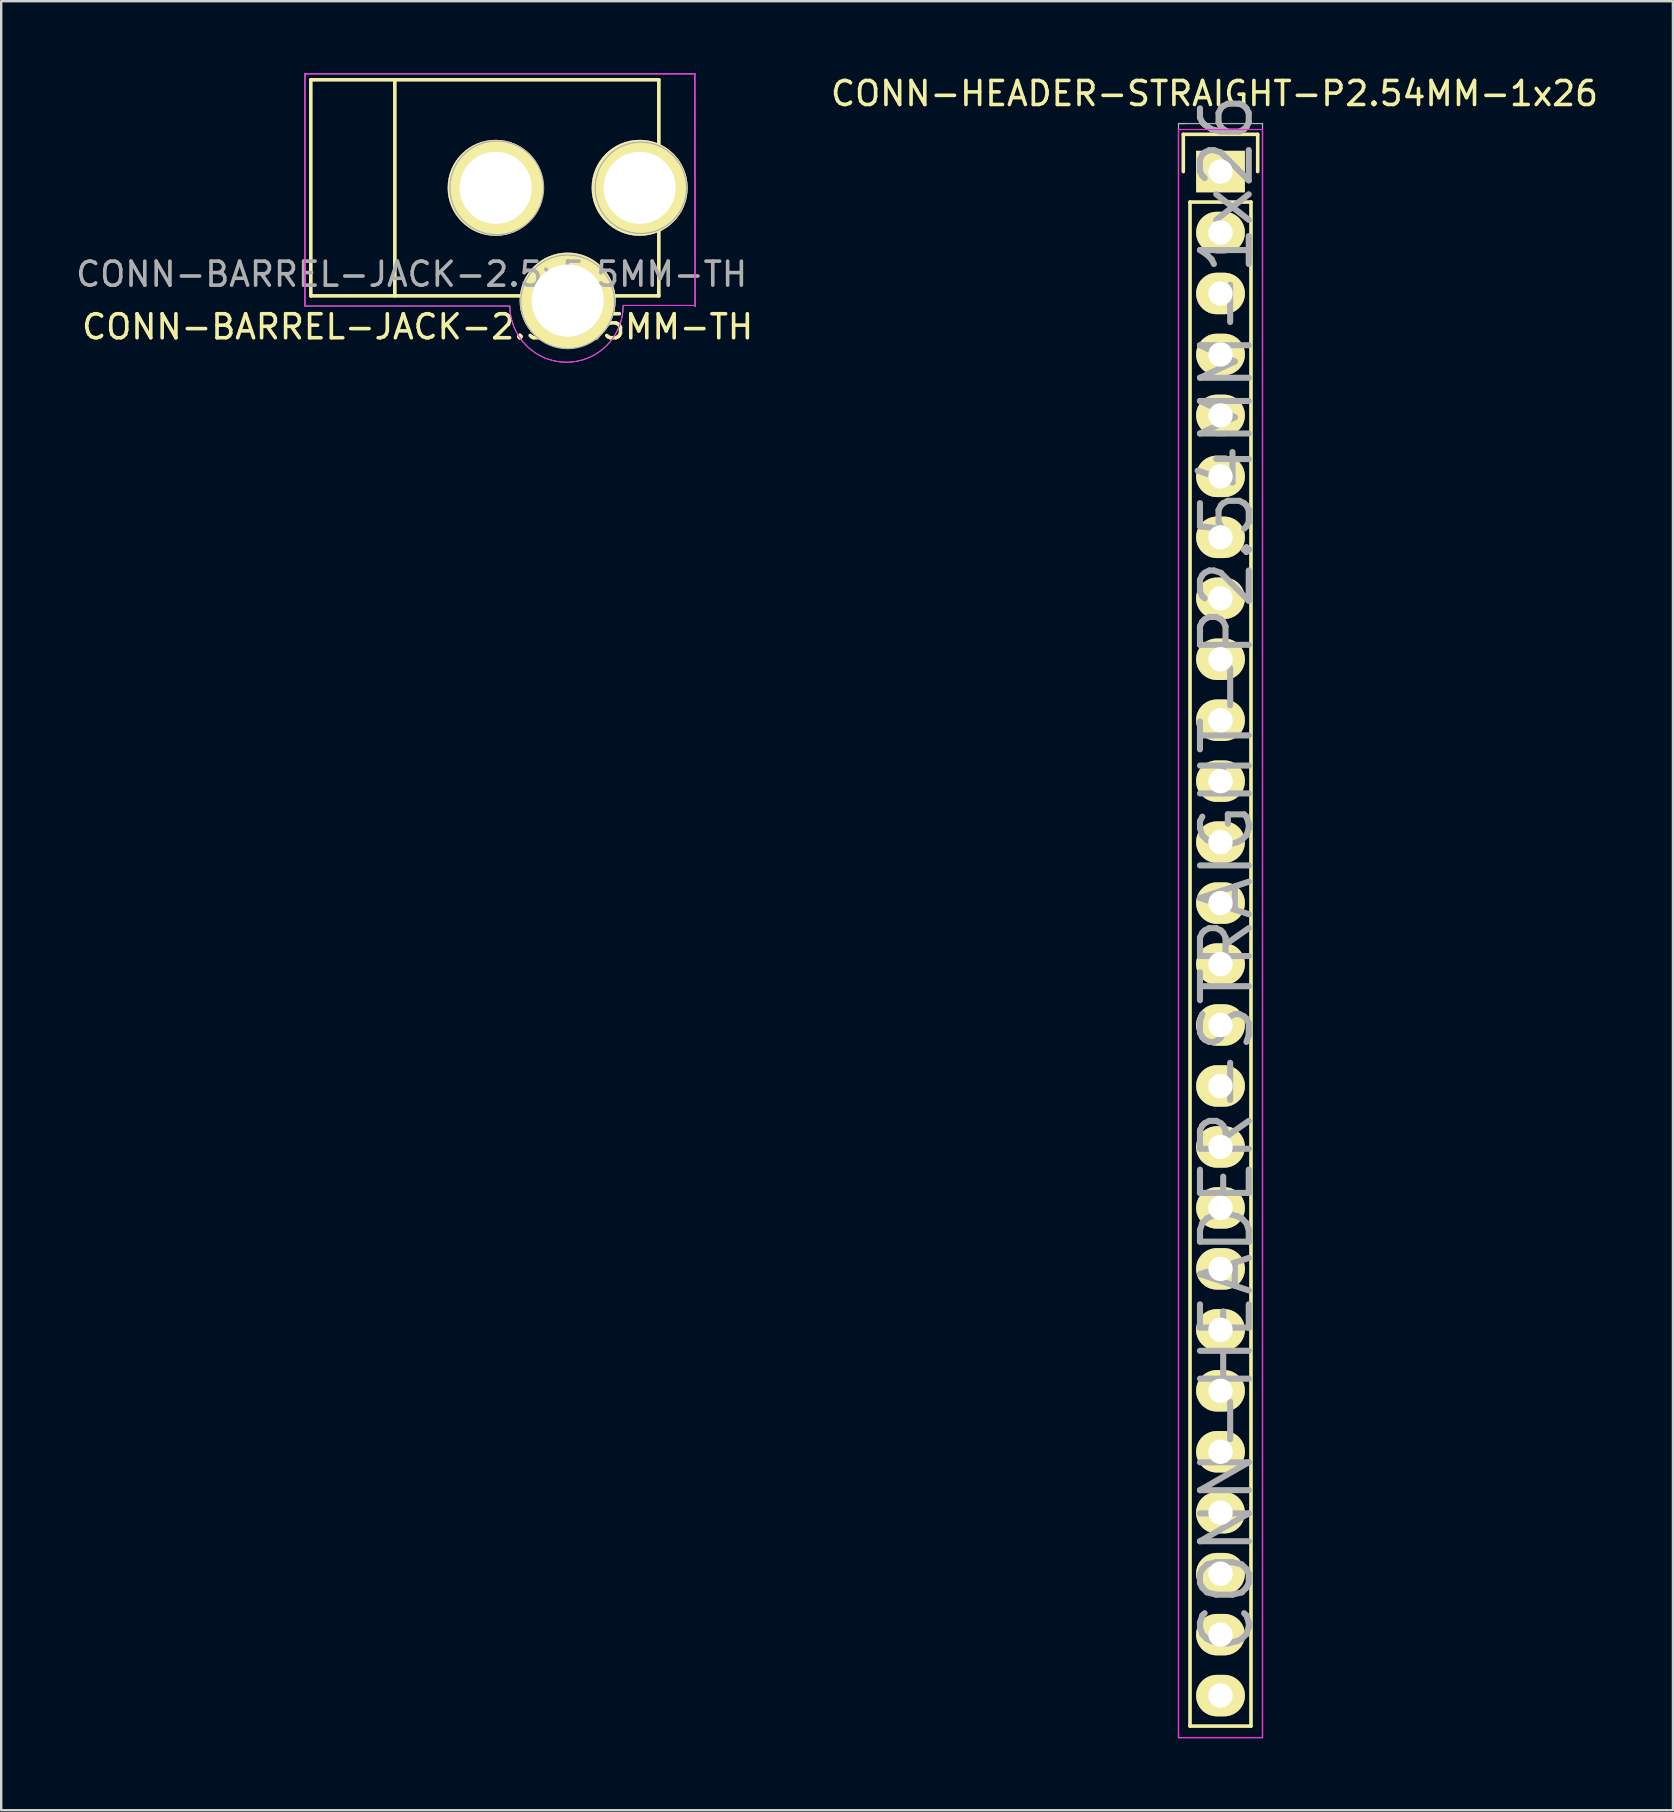
<source format=kicad_pcb>
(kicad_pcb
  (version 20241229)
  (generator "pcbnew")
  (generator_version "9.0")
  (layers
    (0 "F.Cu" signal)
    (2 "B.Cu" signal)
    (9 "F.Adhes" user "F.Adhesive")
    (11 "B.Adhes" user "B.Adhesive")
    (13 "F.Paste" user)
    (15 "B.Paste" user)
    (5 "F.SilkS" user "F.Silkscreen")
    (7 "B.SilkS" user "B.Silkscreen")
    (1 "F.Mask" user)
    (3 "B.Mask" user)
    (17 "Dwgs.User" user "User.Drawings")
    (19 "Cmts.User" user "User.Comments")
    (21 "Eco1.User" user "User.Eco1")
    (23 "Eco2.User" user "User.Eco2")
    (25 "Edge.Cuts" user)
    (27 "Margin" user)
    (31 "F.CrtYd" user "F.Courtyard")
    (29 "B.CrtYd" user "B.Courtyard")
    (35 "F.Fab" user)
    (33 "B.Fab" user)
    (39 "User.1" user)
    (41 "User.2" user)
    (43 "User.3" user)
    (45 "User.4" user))
  (footprint "CONN-BARREL-JACK-2.5x5.5MM-TH"
    (layer "F.Cu")
    (at 23.601 4.876)
    (property "Reference" "CONN-BARREL-JACK-2.5x5.5MM-TH" (at -9.5 3.5 0) (layer "F.Fab") (effects (font (size 1 1) (thickness 0.15))))
    (attr through_hole)
    (fp_line (start -13.701 -4.601) (end -13.701 4.401) (stroke (width 0.15) (type solid)) (layer "F.SilkS"))
    (fp_line (start -13.701 4.401) (end 0.8 4.401) (stroke (width 0.15) (type solid)) (layer "F.SilkS"))
    (fp_line (start -10.2 -4.601) (end -10.2 4.401) (stroke (width 0.15) (type solid)) (layer "F.SilkS"))
    (fp_line (start 0.8 -4.601) (end -13.701 -4.601) (stroke (width 0.15) (type solid)) (layer "F.SilkS"))
    (fp_line (start 0.8 4.401) (end 0.8 -4.601) (stroke (width 0.15) (type solid)) (layer "F.SilkS"))
    (fp_line (start -13.945 -4.851) (end -13.945 4.826) (stroke (width 0.05) (type solid)) (layer "F.CrtYd"))
    (fp_line (start -5.41 4.826) (end -13.945 4.826) (stroke (width 0.041) (type solid)) (layer "F.CrtYd"))
    (fp_line (start 2.3 -4.85) (end -13.945 -4.851) (stroke (width 0.05) (type solid)) (layer "F.CrtYd"))
    (fp_line (start 2.311 4.801) (end -0.686 4.801) (stroke (width 0.041) (type solid)) (layer "F.CrtYd"))
    (fp_line (start 2.311 4.801) (end 2.3 -4.85) (stroke (width 0.05) (type solid)) (layer "F.CrtYd"))
    (fp_arc (start -0.6858 4.8006) (mid -3.035301 7.162766) (end -5.410063 4.825998) (stroke (width 0.04064) (type solid)) (layer "F.CrtYd"))
    (fp_line (start -13.945 -4.851) (end -13.945 4.826) (stroke (width 0.05) (type solid)) (layer "F.Fab"))
    (fp_line (start -13.945 4.826) (end -5.41 4.826) (stroke (width 0.041) (type solid)) (layer "F.Fab"))
    (fp_line (start -0.686 4.801) (end 2.311 4.801) (stroke (width 0.041) (type solid)) (layer "F.Fab"))
    (fp_line (start 2.3 -4.851) (end -13.945 -4.851) (stroke (width 0.05) (type solid)) (layer "F.Fab"))
    (fp_line (start 2.311 4.849) (end 2.3 -4.851) (stroke (width 0.05) (type solid)) (layer "F.Fab"))
    (fp_arc (start -0.6858 4.8006) (mid -3.035301 7.162766) (end -5.410063 4.825998) (stroke (width 0.04064) (type solid)) (layer "F.Fab"))
    (fp_circle (center -5.953 -0.1) (end -4.703 1.4) (stroke (width 0.05) (type solid)) (fill no) (layer "F.Fab"))
    (fp_circle (center -3 4.65) (end -1.5 5.9) (stroke (width 0.05) (type solid)) (fill no) (layer "F.Fab"))
    (fp_circle (center 0.05 -0.1) (end 0.8 1.65) (stroke (width 0.05) (type solid)) (fill no) (layer "F.Fab"))
    (fp_text user "${REFERENCE}" (at -9.251 5.691 0) (layer "F.SilkS") (effects (font (size 1 1) (thickness 0.15))))
    (pad "1" thru_hole circle (at 0.00014 -0.1) (size 4 4) (drill 3) (layers "*.Cu" "*.Mask" "F.SilkS"))
    (pad "2" thru_hole circle (at -5.999 -0.1) (size 4 4) (drill 3) (layers "*.Cu" "*.Mask" "F.SilkS"))
    (pad "3" thru_hole circle (at -3 4.599) (size 4 4) (drill 3) (layers "*.Cu" "*.Mask" "F.SilkS")))
  (footprint "CONN-HEADER-STRAIGHT-P2.54MM-1x26"
    (layer "F.Cu")
    (at 47.803 4.098)
    (property "Reference" "CONN-HEADER-STRAIGHT-P2.54MM-1x26" (at 0.25 29.25 90) (layer "F.Fab") (effects (font (size 2.032 2.032) (thickness 0.254))))
    (attr through_hole)
    (fp_line (start -1.55 -1.55) (end 1.55 -1.55) (stroke (width 0.15) (type solid)) (layer "F.SilkS"))
    (fp_line (start -1.55 0) (end -1.55 -1.55) (stroke (width 0.15) (type solid)) (layer "F.SilkS"))
    (fp_line (start -1.27 1.27) (end -1.27 64.77) (stroke (width 0.15) (type solid)) (layer "F.SilkS"))
    (fp_line (start -1.27 64.77) (end 1.27 64.77) (stroke (width 0.15) (type solid)) (layer "F.SilkS"))
    (fp_line (start 1.27 1.27) (end -1.27 1.27) (stroke (width 0.15) (type solid)) (layer "F.SilkS"))
    (fp_line (start 1.27 64.77) (end 1.27 1.27) (stroke (width 0.15) (type solid)) (layer "F.SilkS"))
    (fp_line (start 1.55 -1.55) (end 1.55 0) (stroke (width 0.15) (type solid)) (layer "F.SilkS"))
    (fp_line (start -1.75 -1.75) (end -1.75 65.25) (stroke (width 0.05) (type solid)) (layer "F.CrtYd"))
    (fp_line (start -1.75 -1.75) (end 1.75 -1.75) (stroke (width 0.05) (type solid)) (layer "F.CrtYd"))
    (fp_line (start -1.75 65.25) (end 1.75 65.25) (stroke (width 0.05) (type solid)) (layer "F.CrtYd"))
    (fp_line (start 1.75 -1.75) (end 1.75 65.25) (stroke (width 0.05) (type solid)) (layer "F.CrtYd"))
    (fp_line (start -1.75 -2) (end -1.5 -2) (stroke (width 0.051) (type solid)) (layer "F.Fab"))
    (fp_line (start -1.75 -2) (end 1.75 -2) (stroke (width 0.051) (type solid)) (layer "F.Fab"))
    (fp_line (start -1.75 65.25) (end -1.75 -2) (stroke (width 0.051) (type solid)) (layer "F.Fab"))
    (fp_line (start 1.75 -2) (end 1.75 65.25) (stroke (width 0.051) (type solid)) (layer "F.Fab"))
    (fp_line (start 1.75 65.25) (end -1.75 65.25) (stroke (width 0.051) (type solid)) (layer "F.Fab"))
    (fp_text user "${REFERENCE}" (at -0.25 -3.25 0) (layer "F.SilkS") (effects (font (size 1 1) (thickness 0.15))))
    (pad "1" thru_hole rect (at 0 0) (size 2.032 1.727) (drill 1.016) (layers "*.Cu" "*.Mask" "F.SilkS"))
    (pad "2" thru_hole oval (at 0 2.54) (size 2.032 1.727) (drill 1.016) (layers "*.Cu" "*.Mask" "F.SilkS"))
    (pad "3" thru_hole oval (at 0 5.08) (size 2.032 1.727) (drill 1.016) (layers "*.Cu" "*.Mask" "F.SilkS"))
    (pad "4" thru_hole oval (at 0 7.62) (size 2.032 1.727) (drill 1.016) (layers "*.Cu" "*.Mask" "F.SilkS"))
    (pad "5" thru_hole oval (at 0 10.16) (size 2.032 1.727) (drill 1.016) (layers "*.Cu" "*.Mask" "F.SilkS"))
    (pad "6" thru_hole oval (at 0 12.7) (size 2.032 1.727) (drill 1.016) (layers "*.Cu" "*.Mask" "F.SilkS"))
    (pad "7" thru_hole oval (at 0 15.24) (size 2.032 1.727) (drill 1.016) (layers "*.Cu" "*.Mask" "F.SilkS"))
    (pad "8" thru_hole oval (at 0 17.78) (size 2.032 1.727) (drill 1.016) (layers "*.Cu" "*.Mask" "F.SilkS"))
    (pad "9" thru_hole oval (at 0 20.32) (size 2.032 1.727) (drill 1.016) (layers "*.Cu" "*.Mask" "F.SilkS"))
    (pad "10" thru_hole oval (at 0 22.86) (size 2.032 1.727) (drill 1.016) (layers "*.Cu" "*.Mask" "F.SilkS"))
    (pad "11" thru_hole oval (at 0 25.4) (size 2.032 1.727) (drill 1.016) (layers "*.Cu" "*.Mask" "F.SilkS"))
    (pad "12" thru_hole oval (at 0 27.94) (size 2.032 1.727) (drill 1.016) (layers "*.Cu" "*.Mask" "F.SilkS"))
    (pad "13" thru_hole oval (at 0 30.48) (size 2.032 1.727) (drill 1.016) (layers "*.Cu" "*.Mask" "F.SilkS"))
    (pad "14" thru_hole oval (at 0 33.02) (size 2.032 1.727) (drill 1.016) (layers "*.Cu" "*.Mask" "F.SilkS"))
    (pad "15" thru_hole oval (at 0 35.56) (size 2.032 1.727) (drill 1.016) (layers "*.Cu" "*.Mask" "F.SilkS"))
    (pad "16" thru_hole oval (at 0 38.1) (size 2.032 1.727) (drill 1.016) (layers "*.Cu" "*.Mask" "F.SilkS"))
    (pad "17" thru_hole oval (at 0 40.64) (size 2.032 1.727) (drill 1.016) (layers "*.Cu" "*.Mask" "F.SilkS"))
    (pad "18" thru_hole oval (at 0 43.18) (size 2.032 1.727) (drill 1.016) (layers "*.Cu" "*.Mask" "F.SilkS"))
    (pad "19" thru_hole oval (at 0 45.72) (size 2.032 1.727) (drill 1.016) (layers "*.Cu" "*.Mask" "F.SilkS"))
    (pad "20" thru_hole oval (at 0 48.26) (size 2.032 1.727) (drill 1.016) (layers "*.Cu" "*.Mask" "F.SilkS"))
    (pad "21" thru_hole oval (at 0 50.8) (size 2.032 1.727) (drill 1.016) (layers "*.Cu" "*.Mask" "F.SilkS"))
    (pad "22" thru_hole oval (at 0 53.34) (size 2.032 1.727) (drill 1.016) (layers "*.Cu" "*.Mask" "F.SilkS"))
    (pad "23" thru_hole oval (at 0 55.88) (size 2.032 1.727) (drill 1.016) (layers "*.Cu" "*.Mask" "F.SilkS"))
    (pad "24" thru_hole oval (at 0 58.42) (size 2.032 1.727) (drill 1.016) (layers "*.Cu" "*.Mask" "F.SilkS"))
    (pad "25" thru_hole oval (at 0 60.96) (size 2.032 1.727) (drill 1.016) (layers "*.Cu" "*.Mask" "F.SilkS"))
    (pad "26" thru_hole oval (at 0 63.5) (size 2.032 1.727) (drill 1.016) (layers "*.Cu" "*.Mask" "F.SilkS")))
  (gr_rect
    (start -3 -3)
    (end 66.654 72.374)
    (stroke (width 0.1) (type default))
    (fill no)
    (layer "Edge.Cuts")))
</source>
